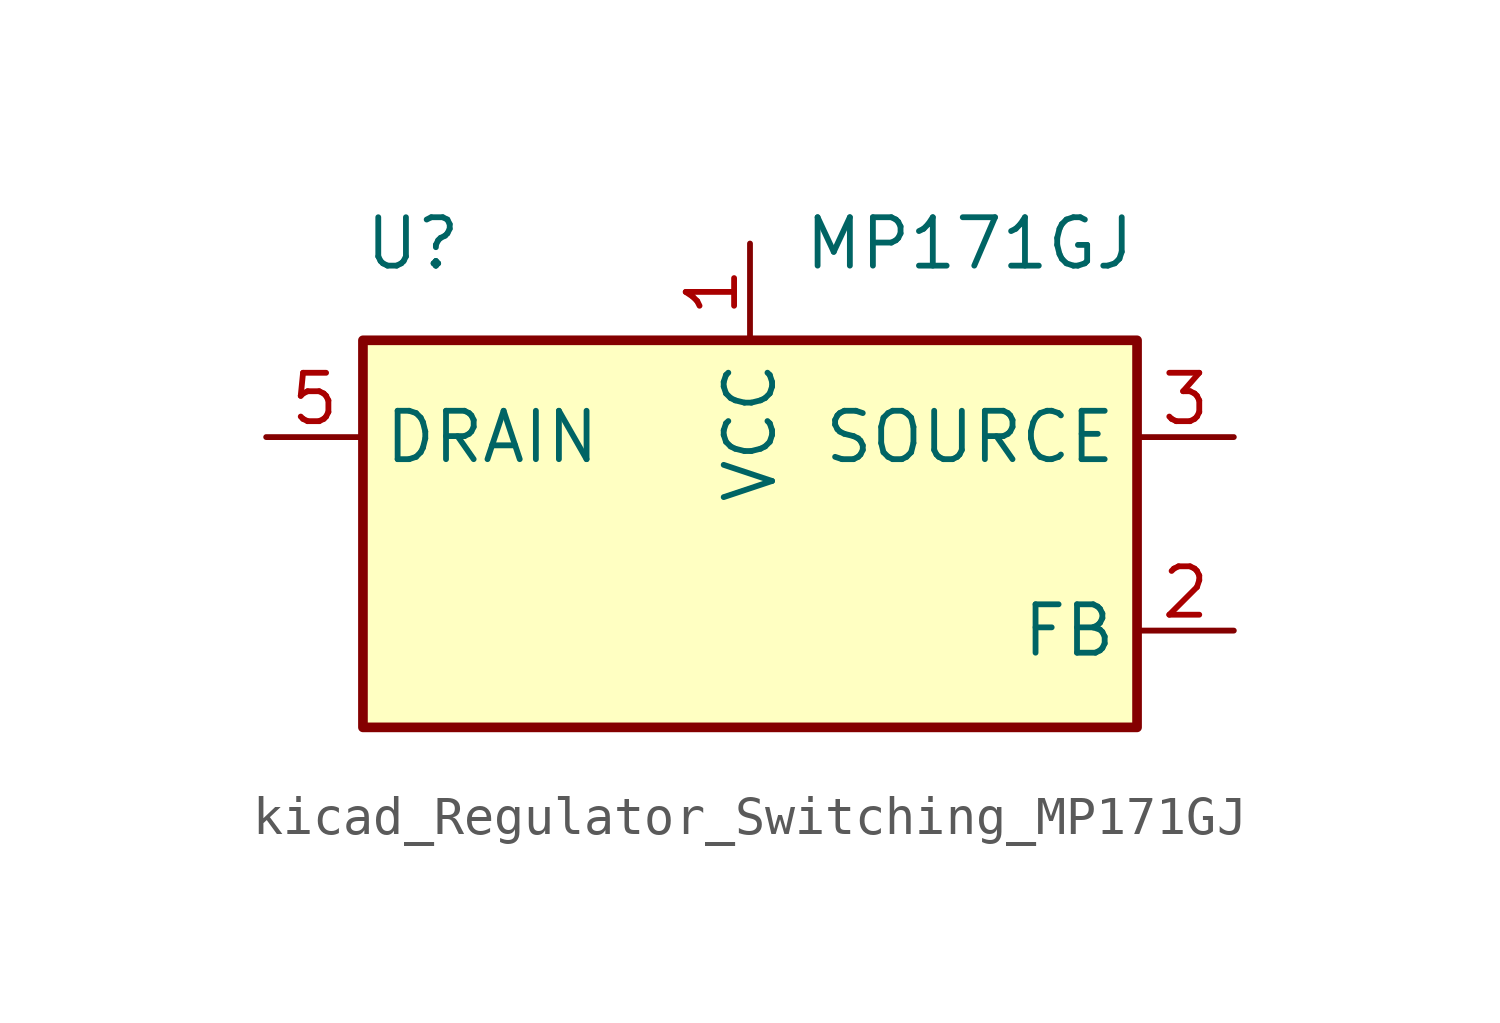
<source format=kicad_sym>
(kicad_symbol_lib
  (version 20220914)
  (generator kicad_symbol_editor)
  (symbol "kicad_Regulator_Switching_MP171GJ"
    (property "Reference" "U"
      (at -10.16 7.62 0)
      (effects (font (size 1.27 1.27)) (justify left)))
    (property "Value" "MP171GJ"
      (at 10.16 7.62 0)
      (effects (font (size 1.27 1.27)) (justify right)))
    (symbol "kicad_Regulator_Switching_MP171GJ_0_1"
      (rectangle (start 10.16 5.08) (end -10.16 -5.08) (stroke (width 0.254) (type default)) (fill (type background))))
    (symbol "kicad_Regulator_Switching_MP171GJ_1_1"
      (pin power_in line (at 0 7.62 270) (length 2.54) (name "VCC" (effects (font (size 1.27 1.27)))) (number "1" (effects (font (size 1.27 1.27)))))
      (pin passive line (at 12.7 -2.54 180) (length 2.54) (name "FB" (effects (font (size 1.27 1.27)))) (number "2" (effects (font (size 1.27 1.27)))))
      (pin power_out line (at 12.7 2.54 180) (length 2.54) (name "SOURCE" (effects (font (size 1.27 1.27)))) (number "3" (effects (font (size 1.27 1.27)))))
      (pin passive line (at 12.7 2.54 180) (length 2.54) hide (name "SOURCE" (effects (font (size 1.27 1.27)))) (number "4" (effects (font (size 1.27 1.27)))))
      (pin power_in line (at -12.7 2.54 0) (length 2.54) (name "DRAIN" (effects (font (size 1.27 1.27)))) (number "5" (effects (font (size 1.27 1.27))))))))
</source>
